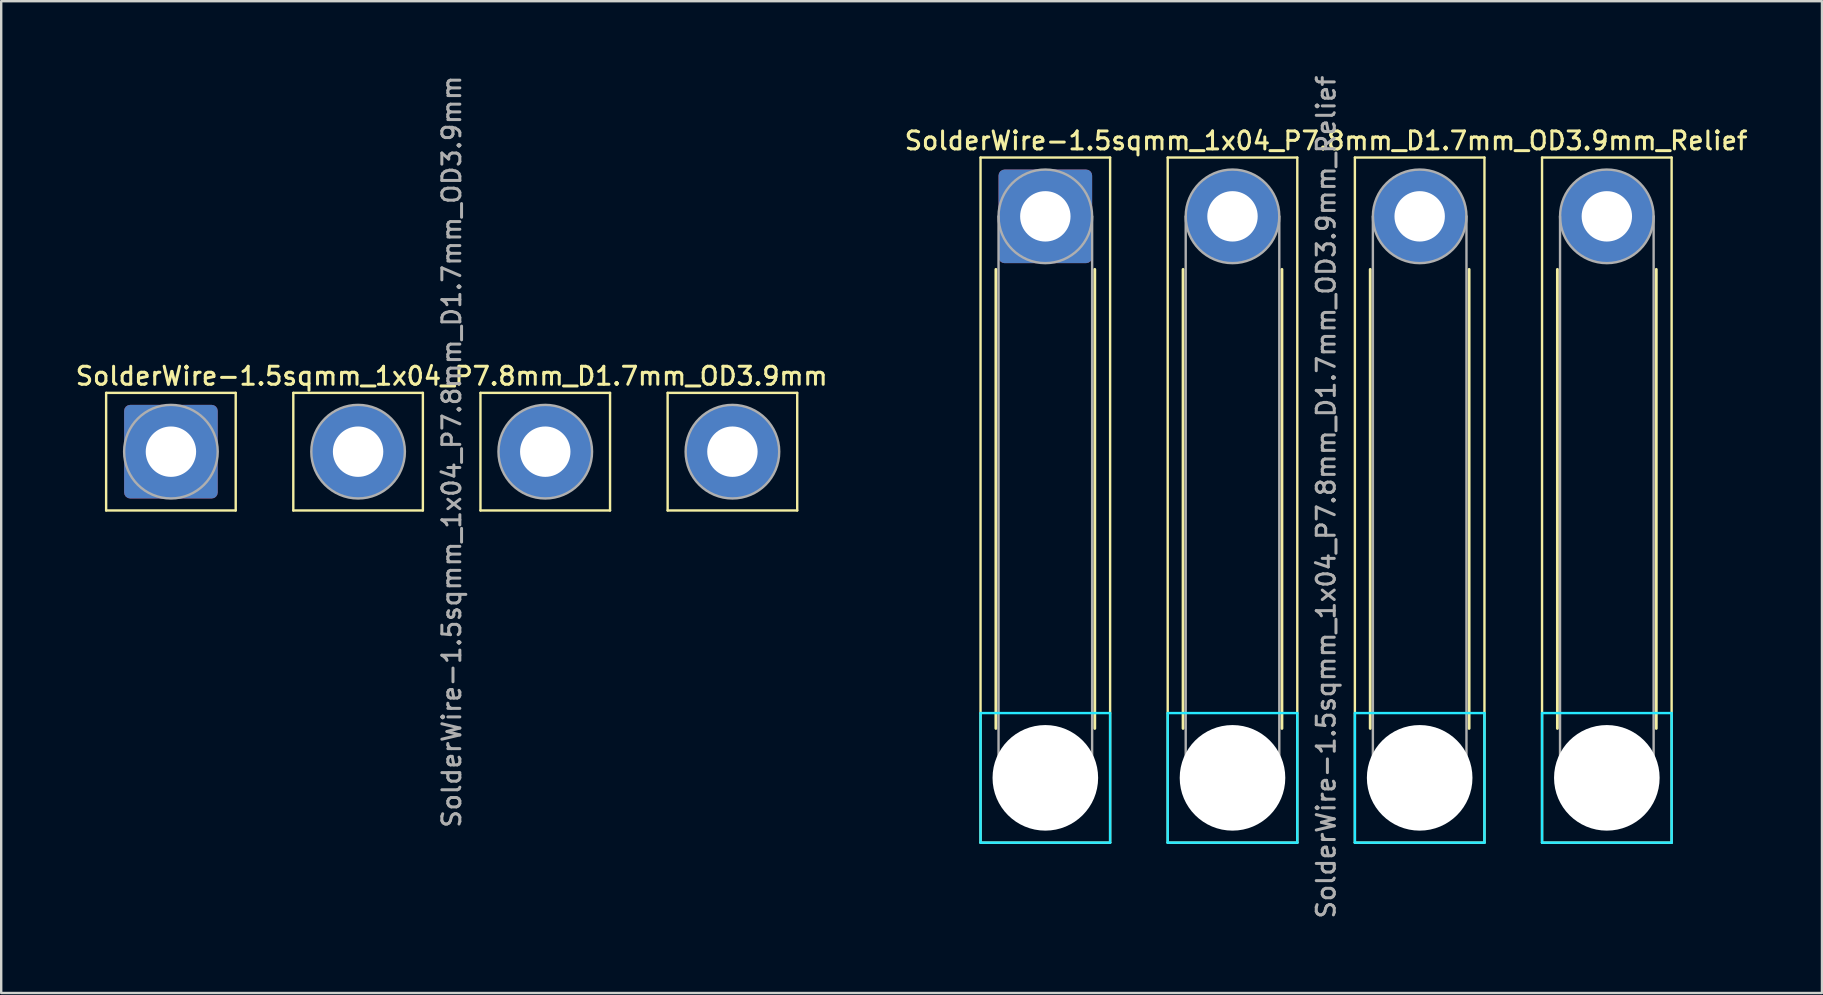
<source format=kicad_pcb>
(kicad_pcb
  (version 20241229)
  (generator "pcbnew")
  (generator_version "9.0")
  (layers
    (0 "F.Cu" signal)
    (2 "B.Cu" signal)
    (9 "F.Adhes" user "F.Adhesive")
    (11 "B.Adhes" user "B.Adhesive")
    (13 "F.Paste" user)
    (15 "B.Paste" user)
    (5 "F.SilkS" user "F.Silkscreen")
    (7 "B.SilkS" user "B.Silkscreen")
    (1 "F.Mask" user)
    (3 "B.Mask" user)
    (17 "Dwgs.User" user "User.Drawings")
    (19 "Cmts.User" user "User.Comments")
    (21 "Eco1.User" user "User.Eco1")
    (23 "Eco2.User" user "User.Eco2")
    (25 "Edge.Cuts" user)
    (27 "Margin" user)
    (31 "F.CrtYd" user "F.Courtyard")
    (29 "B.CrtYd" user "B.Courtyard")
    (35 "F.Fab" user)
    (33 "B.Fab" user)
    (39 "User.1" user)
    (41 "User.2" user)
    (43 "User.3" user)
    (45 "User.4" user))
  (footprint "SolderWire-1.5sqmm_1x04_P7.8mm_D1.7mm_OD3.9mm_Relief"
    (layer "F.Cu")
    (at 40.513 5.966)
    (property "Reference" "SolderWire-1.5sqmm_1x04_P7.8mm_D1.7mm_OD3.9mm_Relief" (at 11.7 -3.15 0) (layer "F.SilkS") (effects (font (size 0.75 0.75) (thickness 0.125))))
    (attr exclude_from_pos_files exclude_from_bom)
    (fp_line (start -2.7 -2.45) (end -2.7 26.1) (stroke (width 0.1) (type solid)) (layer "F.SilkS"))
    (fp_line (start -2.7 26.1) (end 2.7 26.1) (stroke (width 0.1) (type solid)) (layer "F.SilkS"))
    (fp_line (start -2.06 2.21) (end -2.06 21.34) (stroke (width 0.12) (type solid)) (layer "F.SilkS"))
    (fp_line (start 2.06 2.21) (end 2.06 21.34) (stroke (width 0.12) (type solid)) (layer "F.SilkS"))
    (fp_line (start 2.7 -2.45) (end -2.7 -2.45) (stroke (width 0.1) (type solid)) (layer "F.SilkS"))
    (fp_line (start 2.7 26.1) (end 2.7 -2.45) (stroke (width 0.1) (type solid)) (layer "F.SilkS"))
    (fp_line (start 5.1 -2.45) (end 5.1 26.1) (stroke (width 0.1) (type solid)) (layer "F.SilkS"))
    (fp_line (start 5.1 26.1) (end 10.5 26.1) (stroke (width 0.1) (type solid)) (layer "F.SilkS"))
    (fp_line (start 5.74 2.21) (end 5.74 21.34) (stroke (width 0.12) (type solid)) (layer "F.SilkS"))
    (fp_line (start 9.86 2.21) (end 9.86 21.34) (stroke (width 0.12) (type solid)) (layer "F.SilkS"))
    (fp_line (start 10.5 -2.45) (end 5.1 -2.45) (stroke (width 0.1) (type solid)) (layer "F.SilkS"))
    (fp_line (start 10.5 26.1) (end 10.5 -2.45) (stroke (width 0.1) (type solid)) (layer "F.SilkS"))
    (fp_line (start 12.9 -2.45) (end 12.9 26.1) (stroke (width 0.1) (type solid)) (layer "F.SilkS"))
    (fp_line (start 12.9 26.1) (end 18.3 26.1) (stroke (width 0.1) (type solid)) (layer "F.SilkS"))
    (fp_line (start 13.54 2.21) (end 13.54 21.34) (stroke (width 0.12) (type solid)) (layer "F.SilkS"))
    (fp_line (start 17.66 2.21) (end 17.66 21.34) (stroke (width 0.12) (type solid)) (layer "F.SilkS"))
    (fp_line (start 18.3 -2.45) (end 12.9 -2.45) (stroke (width 0.1) (type solid)) (layer "F.SilkS"))
    (fp_line (start 18.3 26.1) (end 18.3 -2.45) (stroke (width 0.1) (type solid)) (layer "F.SilkS"))
    (fp_line (start 20.7 -2.45) (end 20.7 26.1) (stroke (width 0.1) (type solid)) (layer "F.SilkS"))
    (fp_line (start 20.7 26.1) (end 26.1 26.1) (stroke (width 0.1) (type solid)) (layer "F.SilkS"))
    (fp_line (start 21.34 2.21) (end 21.34 21.34) (stroke (width 0.12) (type solid)) (layer "F.SilkS"))
    (fp_line (start 25.46 2.21) (end 25.46 21.34) (stroke (width 0.12) (type solid)) (layer "F.SilkS"))
    (fp_line (start 26.1 -2.45) (end 20.7 -2.45) (stroke (width 0.1) (type solid)) (layer "F.SilkS"))
    (fp_line (start 26.1 26.1) (end 26.1 -2.45) (stroke (width 0.1) (type solid)) (layer "F.SilkS"))
    (fp_line (start -2.7 20.7) (end -2.7 26.1) (stroke (width 0.1) (type solid)) (layer "B.CrtYd"))
    (fp_line (start -2.7 26.1) (end 2.7 26.1) (stroke (width 0.1) (type solid)) (layer "B.CrtYd"))
    (fp_line (start 2.7 20.7) (end -2.7 20.7) (stroke (width 0.1) (type solid)) (layer "B.CrtYd"))
    (fp_line (start 2.7 26.1) (end 2.7 20.7) (stroke (width 0.1) (type solid)) (layer "B.CrtYd"))
    (fp_line (start 5.1 20.7) (end 5.1 26.1) (stroke (width 0.1) (type solid)) (layer "B.CrtYd"))
    (fp_line (start 5.1 26.1) (end 10.5 26.1) (stroke (width 0.1) (type solid)) (layer "B.CrtYd"))
    (fp_line (start 10.5 20.7) (end 5.1 20.7) (stroke (width 0.1) (type solid)) (layer "B.CrtYd"))
    (fp_line (start 10.5 26.1) (end 10.5 20.7) (stroke (width 0.1) (type solid)) (layer "B.CrtYd"))
    (fp_line (start 12.9 20.7) (end 12.9 26.1) (stroke (width 0.1) (type solid)) (layer "B.CrtYd"))
    (fp_line (start 12.9 26.1) (end 18.3 26.1) (stroke (width 0.1) (type solid)) (layer "B.CrtYd"))
    (fp_line (start 18.3 20.7) (end 12.9 20.7) (stroke (width 0.1) (type solid)) (layer "B.CrtYd"))
    (fp_line (start 18.3 26.1) (end 18.3 20.7) (stroke (width 0.1) (type solid)) (layer "B.CrtYd"))
    (fp_line (start 20.7 20.7) (end 20.7 26.1) (stroke (width 0.1) (type solid)) (layer "B.CrtYd"))
    (fp_line (start 20.7 26.1) (end 26.1 26.1) (stroke (width 0.1) (type solid)) (layer "B.CrtYd"))
    (fp_line (start 26.1 20.7) (end 20.7 20.7) (stroke (width 0.1) (type solid)) (layer "B.CrtYd"))
    (fp_line (start 26.1 26.1) (end 26.1 20.7) (stroke (width 0.1) (type solid)) (layer "B.CrtYd"))
    (fp_line (start -1.95 0) (end -1.95 23.4) (stroke (width 0.1) (type solid)) (layer "F.Fab"))
    (fp_line (start 1.95 0) (end 1.95 23.4) (stroke (width 0.1) (type solid)) (layer "F.Fab"))
    (fp_line (start 5.85 0) (end 5.85 23.4) (stroke (width 0.1) (type solid)) (layer "F.Fab"))
    (fp_line (start 9.75 0) (end 9.75 23.4) (stroke (width 0.1) (type solid)) (layer "F.Fab"))
    (fp_line (start 13.65 0) (end 13.65 23.4) (stroke (width 0.1) (type solid)) (layer "F.Fab"))
    (fp_line (start 17.55 0) (end 17.55 23.4) (stroke (width 0.1) (type solid)) (layer "F.Fab"))
    (fp_line (start 21.45 0) (end 21.45 23.4) (stroke (width 0.1) (type solid)) (layer "F.Fab"))
    (fp_line (start 25.35 0) (end 25.35 23.4) (stroke (width 0.1) (type solid)) (layer "F.Fab"))
    (fp_circle (center 0 0) (end 1.95 0) (stroke (width 0.1) (type solid)) (fill no) (layer "F.Fab"))
    (fp_circle (center 0 23.4) (end 1.95 23.4) (stroke (width 0.1) (type solid)) (fill no) (layer "F.Fab"))
    (fp_circle (center 7.8 0) (end 9.75 0) (stroke (width 0.1) (type solid)) (fill no) (layer "F.Fab"))
    (fp_circle (center 7.8 23.4) (end 9.75 23.4) (stroke (width 0.1) (type solid)) (fill no) (layer "F.Fab"))
    (fp_circle (center 15.6 0) (end 17.55 0) (stroke (width 0.1) (type solid)) (fill no) (layer "F.Fab"))
    (fp_circle (center 15.6 23.4) (end 17.55 23.4) (stroke (width 0.1) (type solid)) (fill no) (layer "F.Fab"))
    (fp_circle (center 23.4 0) (end 25.35 0) (stroke (width 0.1) (type solid)) (fill no) (layer "F.Fab"))
    (fp_circle (center 23.4 23.4) (end 25.35 23.4) (stroke (width 0.1) (type solid)) (fill no) (layer "F.Fab"))
    (fp_text user "${REFERENCE}" (at 11.7 11.7 90) (layer "F.Fab") (effects (font (size 0.75 0.75) (thickness 0.125))))
    (pad "" np_thru_hole circle (at 0 23.4) (size 4.4 4.4) (drill 4.4) (layers "*.Cu" "*.Mask"))
    (pad "" np_thru_hole circle (at 7.8 23.4) (size 4.4 4.4) (drill 4.4) (layers "*.Cu" "*.Mask"))
    (pad "" np_thru_hole circle (at 15.6 23.4) (size 4.4 4.4) (drill 4.4) (layers "*.Cu" "*.Mask"))
    (pad "" np_thru_hole circle (at 23.4 23.4) (size 4.4 4.4) (drill 4.4) (layers "*.Cu" "*.Mask"))
    (pad "1" thru_hole roundrect (at 0 0) (size 3.9 3.9) (drill 2.1) (layers "*.Cu" "*.Mask") (roundrect_rratio 0.064))
    (pad "2" thru_hole circle (at 7.8 0) (size 3.9 3.9) (drill 2.1) (layers "*.Cu" "*.Mask"))
    (pad "3" thru_hole circle (at 15.6 0) (size 3.9 3.9) (drill 2.1) (layers "*.Cu" "*.Mask"))
    (pad "4" thru_hole circle (at 23.4 0) (size 3.9 3.9) (drill 2.1) (layers "*.Cu" "*.Mask")))
  (footprint "SolderWire-1.5sqmm_1x04_P7.8mm_D1.7mm_OD3.9mm"
    (layer "F.Cu")
    (at 4.073 15.773)
    (property "Reference" "SolderWire-1.5sqmm_1x04_P7.8mm_D1.7mm_OD3.9mm" (at 11.7 -3.15 0) (layer "F.SilkS") (effects (font (size 0.75 0.75) (thickness 0.125))))
    (attr exclude_from_pos_files exclude_from_bom)
    (fp_line (start -2.7 -2.45) (end -2.7 2.45) (stroke (width 0.1) (type solid)) (layer "F.SilkS"))
    (fp_line (start -2.7 2.45) (end 2.7 2.45) (stroke (width 0.1) (type solid)) (layer "F.SilkS"))
    (fp_line (start 2.7 -2.45) (end -2.7 -2.45) (stroke (width 0.1) (type solid)) (layer "F.SilkS"))
    (fp_line (start 2.7 2.45) (end 2.7 -2.45) (stroke (width 0.1) (type solid)) (layer "F.SilkS"))
    (fp_line (start 5.1 -2.45) (end 5.1 2.45) (stroke (width 0.1) (type solid)) (layer "F.SilkS"))
    (fp_line (start 5.1 2.45) (end 10.5 2.45) (stroke (width 0.1) (type solid)) (layer "F.SilkS"))
    (fp_line (start 10.5 -2.45) (end 5.1 -2.45) (stroke (width 0.1) (type solid)) (layer "F.SilkS"))
    (fp_line (start 10.5 2.45) (end 10.5 -2.45) (stroke (width 0.1) (type solid)) (layer "F.SilkS"))
    (fp_line (start 12.9 -2.45) (end 12.9 2.45) (stroke (width 0.1) (type solid)) (layer "F.SilkS"))
    (fp_line (start 12.9 2.45) (end 18.3 2.45) (stroke (width 0.1) (type solid)) (layer "F.SilkS"))
    (fp_line (start 18.3 -2.45) (end 12.9 -2.45) (stroke (width 0.1) (type solid)) (layer "F.SilkS"))
    (fp_line (start 18.3 2.45) (end 18.3 -2.45) (stroke (width 0.1) (type solid)) (layer "F.SilkS"))
    (fp_line (start 20.7 -2.45) (end 20.7 2.45) (stroke (width 0.1) (type solid)) (layer "F.SilkS"))
    (fp_line (start 20.7 2.45) (end 26.1 2.45) (stroke (width 0.1) (type solid)) (layer "F.SilkS"))
    (fp_line (start 26.1 -2.45) (end 20.7 -2.45) (stroke (width 0.1) (type solid)) (layer "F.SilkS"))
    (fp_line (start 26.1 2.45) (end 26.1 -2.45) (stroke (width 0.1) (type solid)) (layer "F.SilkS"))
    (fp_circle (center 0 0) (end 1.95 0) (stroke (width 0.1) (type solid)) (fill no) (layer "F.Fab"))
    (fp_circle (center 7.8 0) (end 9.75 0) (stroke (width 0.1) (type solid)) (fill no) (layer "F.Fab"))
    (fp_circle (center 15.6 0) (end 17.55 0) (stroke (width 0.1) (type solid)) (fill no) (layer "F.Fab"))
    (fp_circle (center 23.4 0) (end 25.35 0) (stroke (width 0.1) (type solid)) (fill no) (layer "F.Fab"))
    (fp_text user "${REFERENCE}" (at 11.7 0 90) (layer "F.Fab") (effects (font (size 0.75 0.75) (thickness 0.125))))
    (pad "1" thru_hole roundrect (at 0 0) (size 3.9 3.9) (drill 2.1) (layers "*.Cu" "*.Mask") (roundrect_rratio 0.064))
    (pad "2" thru_hole circle (at 7.8 0) (size 3.9 3.9) (drill 2.1) (layers "*.Cu" "*.Mask"))
    (pad "3" thru_hole circle (at 15.6 0) (size 3.9 3.9) (drill 2.1) (layers "*.Cu" "*.Mask"))
    (pad "4" thru_hole circle (at 23.4 0) (size 3.9 3.9) (drill 2.1) (layers "*.Cu" "*.Mask")))
  (gr_rect
    (start -3 -3)
    (end 72.879 38.332)
    (stroke (width 0.1) (type default))
    (fill no)
    (layer "Edge.Cuts")))
</source>
